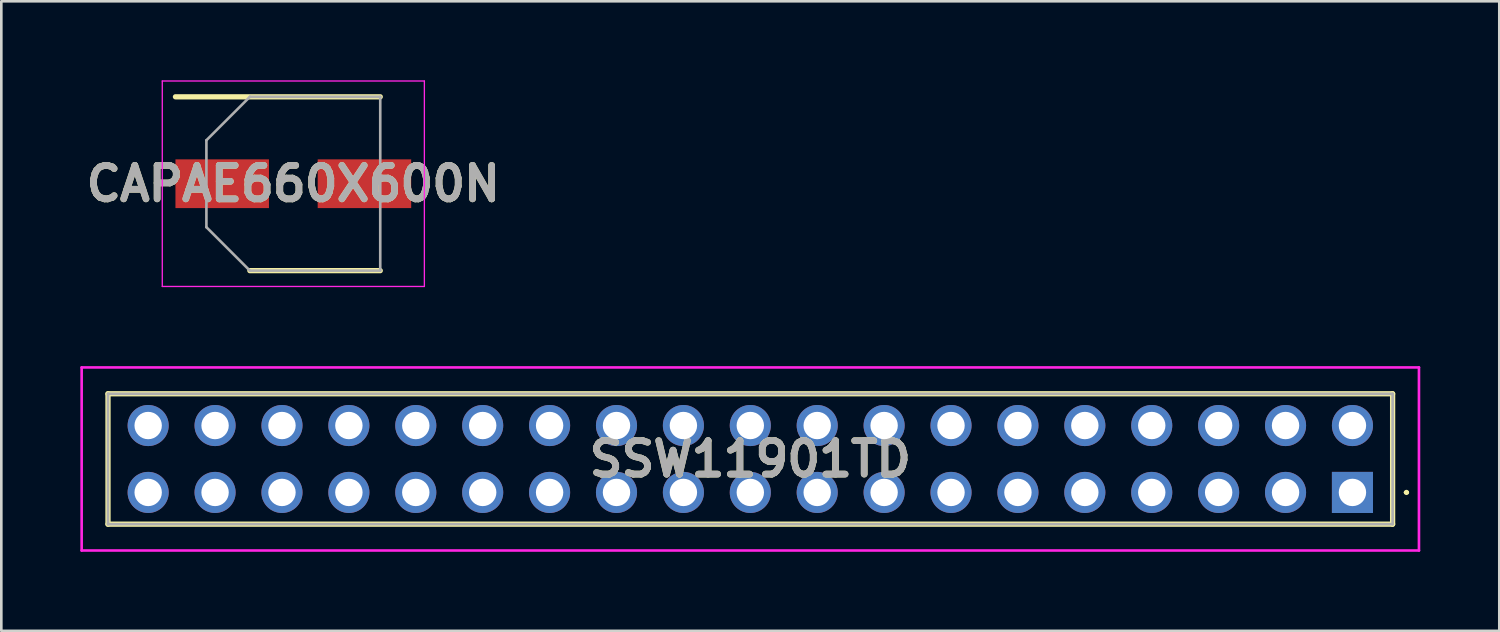
<source format=kicad_pcb>
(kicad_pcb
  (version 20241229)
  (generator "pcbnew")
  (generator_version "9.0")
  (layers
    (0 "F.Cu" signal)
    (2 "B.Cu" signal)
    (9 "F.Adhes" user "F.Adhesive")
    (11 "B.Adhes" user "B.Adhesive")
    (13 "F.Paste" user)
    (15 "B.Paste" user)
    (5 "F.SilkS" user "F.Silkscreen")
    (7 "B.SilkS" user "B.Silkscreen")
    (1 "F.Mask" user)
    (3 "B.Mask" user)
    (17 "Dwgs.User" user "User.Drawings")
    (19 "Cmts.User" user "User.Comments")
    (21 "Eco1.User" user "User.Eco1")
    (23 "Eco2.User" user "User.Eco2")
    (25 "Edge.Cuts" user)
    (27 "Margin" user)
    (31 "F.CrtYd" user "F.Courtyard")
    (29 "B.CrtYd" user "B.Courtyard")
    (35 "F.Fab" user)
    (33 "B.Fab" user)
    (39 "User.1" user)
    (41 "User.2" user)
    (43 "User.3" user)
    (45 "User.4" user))
  (footprint "SSW11901TD"
    (layer "F.Cu")
    (at 48.295 15.645)
    (property "Reference" "SSW11901TD" (at -22.86 -1.27 0) (layer "F.SilkS") (effects (font (size 1.27 1.27) (thickness 0.254))))
    (attr through_hole)
    (fp_line (start -47.245 -3.745) (end 1.525 -3.745) (stroke (width 0.2) (type solid)) (layer "F.SilkS"))
    (fp_line (start -47.245 1.205) (end -47.245 -3.745) (stroke (width 0.2) (type solid)) (layer "F.SilkS"))
    (fp_line (start 1.525 -3.745) (end 1.525 1.205) (stroke (width 0.2) (type solid)) (layer "F.SilkS"))
    (fp_line (start 1.525 1.205) (end -47.245 1.205) (stroke (width 0.2) (type solid)) (layer "F.SilkS"))
    (fp_line (start 2 0) (end 2 0) (stroke (width 0.1) (type solid)) (layer "F.SilkS"))
    (fp_line (start 2.1 0) (end 2.1 0) (stroke (width 0.1) (type solid)) (layer "F.SilkS"))
    (fp_arc (start 2 0) (mid 2.05 -0.05) (end 2.1 0) (stroke (width 0.1) (type solid)) (layer "F.SilkS"))
    (fp_arc (start 2.1 0) (mid 2.05 0.05) (end 2 0) (stroke (width 0.1) (type solid)) (layer "F.SilkS"))
    (fp_line (start -48.245 -4.745) (end 2.525 -4.745) (stroke (width 0.1) (type solid)) (layer "F.CrtYd"))
    (fp_line (start -48.245 2.205) (end -48.245 -4.745) (stroke (width 0.1) (type solid)) (layer "F.CrtYd"))
    (fp_line (start 2.525 -4.745) (end 2.525 2.205) (stroke (width 0.1) (type solid)) (layer "F.CrtYd"))
    (fp_line (start 2.525 2.205) (end -48.245 2.205) (stroke (width 0.1) (type solid)) (layer "F.CrtYd"))
    (fp_line (start -47.245 -3.745) (end 1.525 -3.745) (stroke (width 0.1) (type solid)) (layer "F.Fab"))
    (fp_line (start -47.245 1.205) (end -47.245 -3.745) (stroke (width 0.1) (type solid)) (layer "F.Fab"))
    (fp_line (start 1.525 -3.745) (end 1.525 1.205) (stroke (width 0.1) (type solid)) (layer "F.Fab"))
    (fp_line (start 1.525 1.205) (end -47.245 1.205) (stroke (width 0.1) (type solid)) (layer "F.Fab"))
    (fp_text user "${REFERENCE}" (at -22.86 -1.27 0) (layer "F.Fab") (effects (font (size 1.27 1.27) (thickness 0.254))))
    (pad "1" thru_hole rect (at 0 0) (size 1.56 1.56) (drill 1.04) (layers "*.Cu" "*.Mask"))
    (pad "2" thru_hole circle (at 0 -2.54) (size 1.56 1.56) (drill 1.04) (layers "*.Cu" "*.Mask"))
    (pad "3" thru_hole circle (at -2.54 0) (size 1.56 1.56) (drill 1.04) (layers "*.Cu" "*.Mask"))
    (pad "4" thru_hole circle (at -2.54 -2.54) (size 1.56 1.56) (drill 1.04) (layers "*.Cu" "*.Mask"))
    (pad "5" thru_hole circle (at -5.08 0) (size 1.56 1.56) (drill 1.04) (layers "*.Cu" "*.Mask"))
    (pad "6" thru_hole circle (at -5.08 -2.54) (size 1.56 1.56) (drill 1.04) (layers "*.Cu" "*.Mask"))
    (pad "7" thru_hole circle (at -7.62 0) (size 1.56 1.56) (drill 1.04) (layers "*.Cu" "*.Mask"))
    (pad "8" thru_hole circle (at -7.62 -2.54) (size 1.56 1.56) (drill 1.04) (layers "*.Cu" "*.Mask"))
    (pad "9" thru_hole circle (at -10.16 0) (size 1.56 1.56) (drill 1.04) (layers "*.Cu" "*.Mask"))
    (pad "10" thru_hole circle (at -10.16 -2.54) (size 1.56 1.56) (drill 1.04) (layers "*.Cu" "*.Mask"))
    (pad "11" thru_hole circle (at -12.7 0) (size 1.56 1.56) (drill 1.04) (layers "*.Cu" "*.Mask"))
    (pad "12" thru_hole circle (at -12.7 -2.54) (size 1.56 1.56) (drill 1.04) (layers "*.Cu" "*.Mask"))
    (pad "13" thru_hole circle (at -15.24 0) (size 1.56 1.56) (drill 1.04) (layers "*.Cu" "*.Mask"))
    (pad "14" thru_hole circle (at -15.24 -2.54) (size 1.56 1.56) (drill 1.04) (layers "*.Cu" "*.Mask"))
    (pad "15" thru_hole circle (at -17.78 0) (size 1.56 1.56) (drill 1.04) (layers "*.Cu" "*.Mask"))
    (pad "16" thru_hole circle (at -17.78 -2.54) (size 1.56 1.56) (drill 1.04) (layers "*.Cu" "*.Mask"))
    (pad "17" thru_hole circle (at -20.32 0) (size 1.56 1.56) (drill 1.04) (layers "*.Cu" "*.Mask"))
    (pad "18" thru_hole circle (at -20.32 -2.54) (size 1.56 1.56) (drill 1.04) (layers "*.Cu" "*.Mask"))
    (pad "19" thru_hole circle (at -22.86 0) (size 1.56 1.56) (drill 1.04) (layers "*.Cu" "*.Mask"))
    (pad "20" thru_hole circle (at -22.86 -2.54) (size 1.56 1.56) (drill 1.04) (layers "*.Cu" "*.Mask"))
    (pad "21" thru_hole circle (at -25.4 0) (size 1.56 1.56) (drill 1.04) (layers "*.Cu" "*.Mask"))
    (pad "22" thru_hole circle (at -25.4 -2.54) (size 1.56 1.56) (drill 1.04) (layers "*.Cu" "*.Mask"))
    (pad "23" thru_hole circle (at -27.94 0) (size 1.56 1.56) (drill 1.04) (layers "*.Cu" "*.Mask"))
    (pad "24" thru_hole circle (at -27.94 -2.54) (size 1.56 1.56) (drill 1.04) (layers "*.Cu" "*.Mask"))
    (pad "25" thru_hole circle (at -30.48 0) (size 1.56 1.56) (drill 1.04) (layers "*.Cu" "*.Mask"))
    (pad "26" thru_hole circle (at -30.48 -2.54) (size 1.56 1.56) (drill 1.04) (layers "*.Cu" "*.Mask"))
    (pad "27" thru_hole circle (at -33.02 0) (size 1.56 1.56) (drill 1.04) (layers "*.Cu" "*.Mask"))
    (pad "28" thru_hole circle (at -33.02 -2.54) (size 1.56 1.56) (drill 1.04) (layers "*.Cu" "*.Mask"))
    (pad "29" thru_hole circle (at -35.56 0) (size 1.56 1.56) (drill 1.04) (layers "*.Cu" "*.Mask"))
    (pad "30" thru_hole circle (at -35.56 -2.54) (size 1.56 1.56) (drill 1.04) (layers "*.Cu" "*.Mask"))
    (pad "31" thru_hole circle (at -38.1 0) (size 1.56 1.56) (drill 1.04) (layers "*.Cu" "*.Mask"))
    (pad "32" thru_hole circle (at -38.1 -2.54) (size 1.56 1.56) (drill 1.04) (layers "*.Cu" "*.Mask"))
    (pad "33" thru_hole circle (at -40.64 0) (size 1.56 1.56) (drill 1.04) (layers "*.Cu" "*.Mask"))
    (pad "34" thru_hole circle (at -40.64 -2.54) (size 1.56 1.56) (drill 1.04) (layers "*.Cu" "*.Mask"))
    (pad "35" thru_hole circle (at -43.18 0) (size 1.56 1.56) (drill 1.04) (layers "*.Cu" "*.Mask"))
    (pad "36" thru_hole circle (at -43.18 -2.54) (size 1.56 1.56) (drill 1.04) (layers "*.Cu" "*.Mask"))
    (pad "37" thru_hole circle (at -45.72 0) (size 1.56 1.56) (drill 1.04) (layers "*.Cu" "*.Mask"))
    (pad "38" thru_hole circle (at -45.72 -2.54) (size 1.56 1.56) (drill 1.04) (layers "*.Cu" "*.Mask")))
  (footprint "CAPAE660X600N"
    (layer "F.Cu")
    (at 8.086 3.925)
    (property "Reference" "CAPAE660X600N" (at 0 0 0) (layer "F.SilkS") (effects (font (size 1.27 1.27) (thickness 0.254))))
    (attr smd)
    (fp_line (start -4.475 -3.3) (end 3.3 -3.3) (stroke (width 0.2) (type solid)) (layer "F.SilkS"))
    (fp_line (start -1.65 3.3) (end 3.3 3.3) (stroke (width 0.2) (type solid)) (layer "F.SilkS"))
    (fp_line (start -4.975 -3.9) (end 4.975 -3.9) (stroke (width 0.05) (type solid)) (layer "F.CrtYd"))
    (fp_line (start -4.975 3.9) (end -4.975 -3.9) (stroke (width 0.05) (type solid)) (layer "F.CrtYd"))
    (fp_line (start 4.975 -3.9) (end 4.975 3.9) (stroke (width 0.05) (type solid)) (layer "F.CrtYd"))
    (fp_line (start 4.975 3.9) (end -4.975 3.9) (stroke (width 0.05) (type solid)) (layer "F.CrtYd"))
    (fp_line (start -3.3 -1.65) (end -3.3 1.65) (stroke (width 0.1) (type solid)) (layer "F.Fab"))
    (fp_line (start -3.3 1.65) (end -1.65 3.3) (stroke (width 0.1) (type solid)) (layer "F.Fab"))
    (fp_line (start -1.65 -3.3) (end -3.3 -1.65) (stroke (width 0.1) (type solid)) (layer "F.Fab"))
    (fp_line (start -1.65 3.3) (end 3.3 3.3) (stroke (width 0.1) (type solid)) (layer "F.Fab"))
    (fp_line (start 3.3 -3.3) (end -1.65 -3.3) (stroke (width 0.1) (type solid)) (layer "F.Fab"))
    (fp_line (start 3.3 3.3) (end 3.3 -3.3) (stroke (width 0.1) (type solid)) (layer "F.Fab"))
    (fp_text user "${REFERENCE}" (at 0 0 0) (layer "F.Fab") (effects (font (size 1.27 1.27) (thickness 0.254))))
    (pad "1" smd rect (at -2.7 0 90) (size 1.85 3.55) (layers "F.Cu" "F.Mask" "F.Paste"))
    (pad "2" smd rect (at 2.7 0 90) (size 1.85 3.55) (layers "F.Cu" "F.Mask" "F.Paste")))
  (gr_rect
    (start -3 -3)
    (end 53.87 20.9)
    (stroke (width 0.1) (type default))
    (fill no)
    (layer "Edge.Cuts")))
</source>
